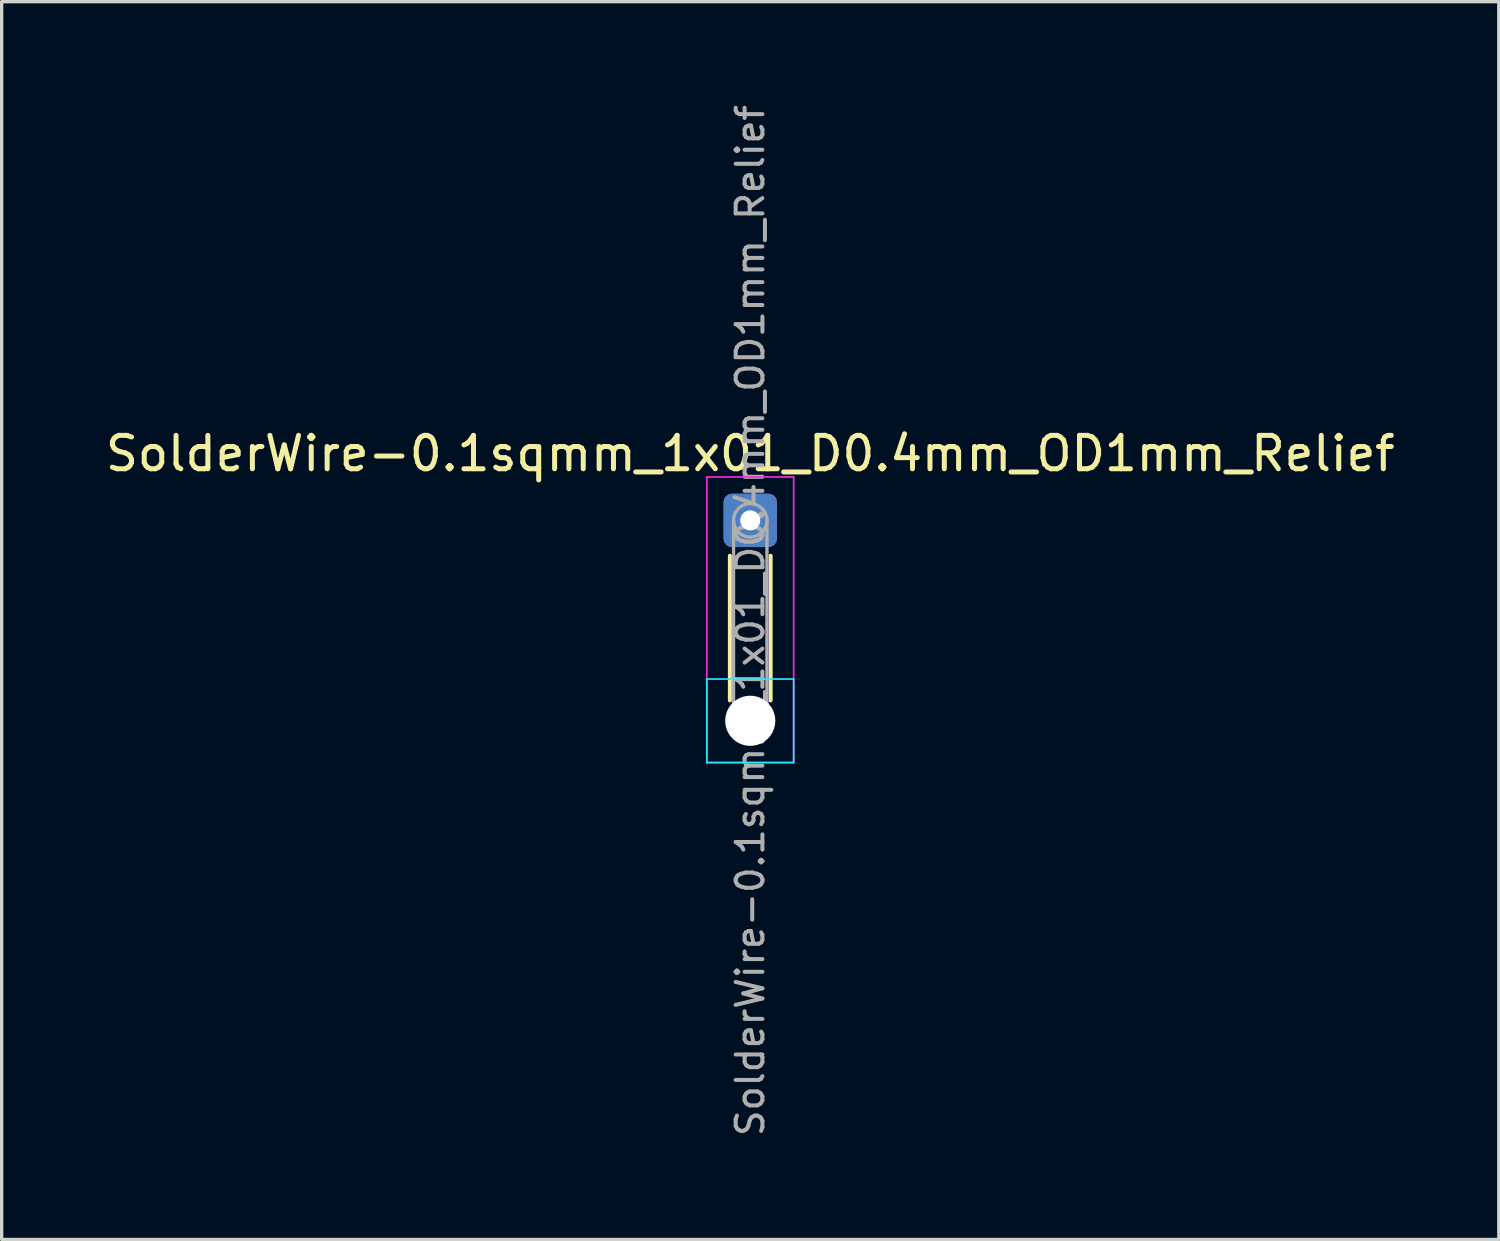
<source format=kicad_pcb>
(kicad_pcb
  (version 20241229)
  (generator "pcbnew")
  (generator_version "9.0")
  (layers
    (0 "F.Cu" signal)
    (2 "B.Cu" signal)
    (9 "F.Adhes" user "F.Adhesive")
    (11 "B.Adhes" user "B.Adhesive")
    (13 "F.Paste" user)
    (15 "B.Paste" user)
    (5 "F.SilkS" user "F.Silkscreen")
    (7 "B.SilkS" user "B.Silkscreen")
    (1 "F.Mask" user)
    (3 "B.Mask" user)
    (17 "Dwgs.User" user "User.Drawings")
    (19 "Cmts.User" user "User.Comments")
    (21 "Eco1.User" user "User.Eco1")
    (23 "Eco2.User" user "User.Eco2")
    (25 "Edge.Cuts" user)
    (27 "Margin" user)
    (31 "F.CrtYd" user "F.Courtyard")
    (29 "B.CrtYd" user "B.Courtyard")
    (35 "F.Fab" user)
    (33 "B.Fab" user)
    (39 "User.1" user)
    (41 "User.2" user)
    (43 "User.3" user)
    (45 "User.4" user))
  (footprint "SolderWire-0.1sqmm_1x01_D0.4mm_OD1mm_Relief"
    (layer "F.Cu")
    (at 19.411 12.529)
    (property "Reference" "SolderWire-0.1sqmm_1x01_D0.4mm_OD1mm_Relief" (at 0 -2 0) (layer "F.SilkS") (effects (font (size 1 1) (thickness 0.15))))
    (attr exclude_from_pos_files exclude_from_bom)
    (fp_line (start -0.61 1.06) (end -0.61 5.39) (stroke (width 0.12) (type solid)) (layer "F.SilkS"))
    (fp_line (start 0.61 1.06) (end 0.61 5.39) (stroke (width 0.12) (type solid)) (layer "F.SilkS"))
    (fp_line (start -1.3 4.75) (end -1.3 7.25) (stroke (width 0.05) (type solid)) (layer "B.CrtYd"))
    (fp_line (start -1.3 7.25) (end 1.3 7.25) (stroke (width 0.05) (type solid)) (layer "B.CrtYd"))
    (fp_line (start 1.3 4.75) (end -1.3 4.75) (stroke (width 0.05) (type solid)) (layer "B.CrtYd"))
    (fp_line (start 1.3 7.25) (end 1.3 4.75) (stroke (width 0.05) (type solid)) (layer "B.CrtYd"))
    (fp_line (start -1.3 -1.3) (end -1.3 7.25) (stroke (width 0.05) (type solid)) (layer "F.CrtYd"))
    (fp_line (start -1.3 7.25) (end 1.3 7.25) (stroke (width 0.05) (type solid)) (layer "F.CrtYd"))
    (fp_line (start 1.3 -1.3) (end -1.3 -1.3) (stroke (width 0.05) (type solid)) (layer "F.CrtYd"))
    (fp_line (start 1.3 7.25) (end 1.3 -1.3) (stroke (width 0.05) (type solid)) (layer "F.CrtYd"))
    (fp_line (start -0.5 0) (end -0.5 6) (stroke (width 0.1) (type solid)) (layer "F.Fab"))
    (fp_line (start 0.5 0) (end 0.5 6) (stroke (width 0.1) (type solid)) (layer "F.Fab"))
    (fp_circle (center 0 0) (end 0.5 0) (stroke (width 0.1) (type solid)) (fill no) (layer "F.Fab"))
    (fp_circle (center 0 6) (end 0.5 6) (stroke (width 0.1) (type solid)) (fill no) (layer "F.Fab"))
    (fp_text user "${REFERENCE}" (at 0 3 90) (layer "F.Fab") (effects (font (size 0.8 0.8) (thickness 0.12))))
    (pad "" np_thru_hole circle (at 0 6) (size 1.5 1.5) (drill 1.5) (layers "*.Cu" "*.Mask"))
    (pad "1" thru_hole roundrect (at 0 0) (size 1.6 1.6) (drill 0.6) (layers "*.Cu" "*.Mask") (roundrect_rratio 0.156)))
  (gr_rect
    (start -3 -3)
    (end 41.821 34.057)
    (stroke (width 0.1) (type default))
    (fill no)
    (layer "Edge.Cuts")))
</source>
